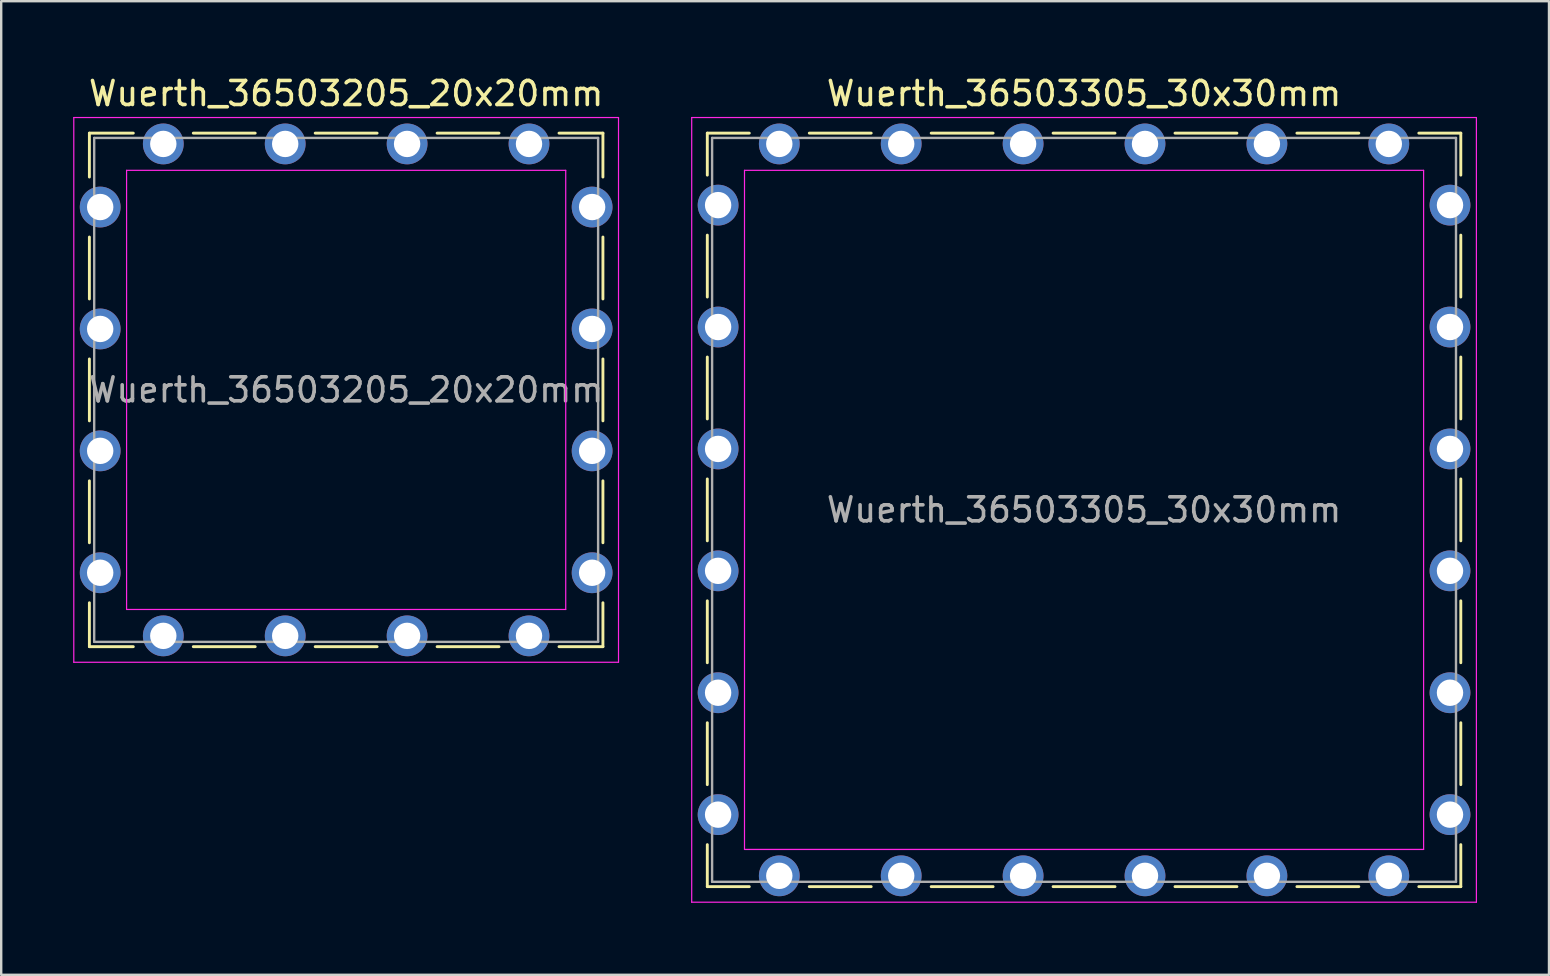
<source format=kicad_pcb>
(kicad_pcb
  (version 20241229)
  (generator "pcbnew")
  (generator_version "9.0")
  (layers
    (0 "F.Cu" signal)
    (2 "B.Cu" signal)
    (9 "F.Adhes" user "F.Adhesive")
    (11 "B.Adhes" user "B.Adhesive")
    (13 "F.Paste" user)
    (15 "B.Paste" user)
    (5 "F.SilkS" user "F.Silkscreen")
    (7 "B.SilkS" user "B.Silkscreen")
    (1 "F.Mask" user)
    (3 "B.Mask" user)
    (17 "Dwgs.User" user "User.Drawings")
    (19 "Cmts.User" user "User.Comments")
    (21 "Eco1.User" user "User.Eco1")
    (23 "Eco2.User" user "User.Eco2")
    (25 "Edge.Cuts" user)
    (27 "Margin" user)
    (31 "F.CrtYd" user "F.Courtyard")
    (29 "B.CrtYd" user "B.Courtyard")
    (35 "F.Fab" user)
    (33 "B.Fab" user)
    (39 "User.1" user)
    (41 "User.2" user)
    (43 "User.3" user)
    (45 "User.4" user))
  (footprint "Wuerth_36503305_30x30mm"
    (layer "F.Cu")
    (at 42.125 18.198)
    (property "Reference" "Wuerth_36503305_30x30mm" (at 0 -17.35 0) (layer "F.SilkS") (effects (font (size 1 1) (thickness 0.15))))
    (attr through_hole)
    (fp_line (start -15.7 -15.7) (end -13.95 -15.7) (stroke (width 0.12) (type solid)) (layer "F.SilkS"))
    (fp_line (start -15.7 -13.95) (end -15.7 -15.7) (stroke (width 0.12) (type solid)) (layer "F.SilkS"))
    (fp_line (start -15.7 -8.87) (end -15.7 -11.45) (stroke (width 0.12) (type solid)) (layer "F.SilkS"))
    (fp_line (start -15.7 -3.79) (end -15.7 -6.37) (stroke (width 0.12) (type solid)) (layer "F.SilkS"))
    (fp_line (start -15.7 -1.29) (end -15.7 1.29) (stroke (width 0.12) (type solid)) (layer "F.SilkS"))
    (fp_line (start -15.7 3.79) (end -15.7 6.37) (stroke (width 0.12) (type solid)) (layer "F.SilkS"))
    (fp_line (start -15.7 8.87) (end -15.7 11.45) (stroke (width 0.12) (type solid)) (layer "F.SilkS"))
    (fp_line (start -15.7 13.95) (end -15.7 15.7) (stroke (width 0.12) (type solid)) (layer "F.SilkS"))
    (fp_line (start -15.7 15.7) (end -13.95 15.7) (stroke (width 0.12) (type solid)) (layer "F.SilkS"))
    (fp_line (start -8.87 -15.7) (end -11.45 -15.7) (stroke (width 0.12) (type solid)) (layer "F.SilkS"))
    (fp_line (start -8.87 15.7) (end -11.45 15.7) (stroke (width 0.12) (type solid)) (layer "F.SilkS"))
    (fp_line (start -3.79 -15.7) (end -6.37 -15.7) (stroke (width 0.12) (type solid)) (layer "F.SilkS"))
    (fp_line (start -3.79 15.7) (end -6.37 15.7) (stroke (width 0.12) (type solid)) (layer "F.SilkS"))
    (fp_line (start 1.29 -15.7) (end -1.29 -15.7) (stroke (width 0.12) (type solid)) (layer "F.SilkS"))
    (fp_line (start 1.29 15.7) (end -1.29 15.7) (stroke (width 0.12) (type solid)) (layer "F.SilkS"))
    (fp_line (start 3.79 -15.7) (end 6.37 -15.7) (stroke (width 0.12) (type solid)) (layer "F.SilkS"))
    (fp_line (start 3.79 15.7) (end 6.37 15.7) (stroke (width 0.12) (type solid)) (layer "F.SilkS"))
    (fp_line (start 8.87 -15.7) (end 11.45 -15.7) (stroke (width 0.12) (type solid)) (layer "F.SilkS"))
    (fp_line (start 8.87 15.7) (end 11.45 15.7) (stroke (width 0.12) (type solid)) (layer "F.SilkS"))
    (fp_line (start 15.7 -15.7) (end 13.95 -15.7) (stroke (width 0.12) (type solid)) (layer "F.SilkS"))
    (fp_line (start 15.7 -13.95) (end 15.7 -15.7) (stroke (width 0.12) (type solid)) (layer "F.SilkS"))
    (fp_line (start 15.7 -8.87) (end 15.7 -11.45) (stroke (width 0.12) (type solid)) (layer "F.SilkS"))
    (fp_line (start 15.7 -3.79) (end 15.7 -6.37) (stroke (width 0.12) (type solid)) (layer "F.SilkS"))
    (fp_line (start 15.7 1.29) (end 15.7 -1.29) (stroke (width 0.12) (type solid)) (layer "F.SilkS"))
    (fp_line (start 15.7 3.79) (end 15.7 6.37) (stroke (width 0.12) (type solid)) (layer "F.SilkS"))
    (fp_line (start 15.7 8.87) (end 15.7 11.45) (stroke (width 0.12) (type solid)) (layer "F.SilkS"))
    (fp_line (start 15.7 13.95) (end 15.7 15.7) (stroke (width 0.12) (type solid)) (layer "F.SilkS"))
    (fp_line (start 15.7 15.7) (end 13.95 15.7) (stroke (width 0.12) (type solid)) (layer "F.SilkS"))
    (fp_line (start -16.35 -16.35) (end -16.35 16.35) (stroke (width 0.05) (type solid)) (layer "F.CrtYd"))
    (fp_line (start -16.35 16.35) (end 16.35 16.35) (stroke (width 0.05) (type solid)) (layer "F.CrtYd"))
    (fp_line (start -14.15 -14.15) (end -14.15 14.15) (stroke (width 0.05) (type solid)) (layer "F.CrtYd"))
    (fp_line (start -14.15 14.15) (end 14.15 14.15) (stroke (width 0.05) (type solid)) (layer "F.CrtYd"))
    (fp_line (start 14.15 -14.15) (end -14.15 -14.15) (stroke (width 0.05) (type solid)) (layer "F.CrtYd"))
    (fp_line (start 14.15 14.15) (end 14.15 -14.15) (stroke (width 0.05) (type solid)) (layer "F.CrtYd"))
    (fp_line (start 16.35 -16.35) (end -16.35 -16.35) (stroke (width 0.05) (type solid)) (layer "F.CrtYd"))
    (fp_line (start 16.35 16.35) (end 16.35 -16.35) (stroke (width 0.05) (type solid)) (layer "F.CrtYd"))
    (fp_line (start -15.5 -15.5) (end -15.5 15.5) (stroke (width 0.1) (type solid)) (layer "F.Fab"))
    (fp_line (start -15.5 15.5) (end 15.5 15.5) (stroke (width 0.1) (type solid)) (layer "F.Fab"))
    (fp_line (start 15.5 -15.5) (end -15.5 -15.5) (stroke (width 0.1) (type solid)) (layer "F.Fab"))
    (fp_line (start 15.5 15.5) (end 15.5 -15.5) (stroke (width 0.1) (type solid)) (layer "F.Fab"))
    (fp_text user "${REFERENCE}" (at 0 0 0) (layer "F.Fab") (effects (font (size 1 1) (thickness 0.15))))
    (pad "1" thru_hole circle (at -15.25 -12.7) (size 1.7 1.7) (drill 1.1) (layers "*.Cu" "*.Mask"))
    (pad "1" thru_hole circle (at -15.25 -7.62) (size 1.7 1.7) (drill 1.1) (layers "*.Cu" "*.Mask"))
    (pad "1" thru_hole circle (at -15.25 -2.54) (size 1.7 1.7) (drill 1.1) (layers "*.Cu" "*.Mask"))
    (pad "1" thru_hole circle (at -15.25 2.54) (size 1.7 1.7) (drill 1.1) (layers "*.Cu" "*.Mask"))
    (pad "1" thru_hole circle (at -15.25 7.62) (size 1.7 1.7) (drill 1.1) (layers "*.Cu" "*.Mask"))
    (pad "1" thru_hole circle (at -15.25 12.7) (size 1.7 1.7) (drill 1.1) (layers "*.Cu" "*.Mask"))
    (pad "1" thru_hole circle (at -12.7 -15.25) (size 1.7 1.7) (drill 1.1) (layers "*.Cu" "*.Mask"))
    (pad "1" thru_hole circle (at -12.7 15.25) (size 1.7 1.7) (drill 1.1) (layers "*.Cu" "*.Mask"))
    (pad "1" thru_hole circle (at -7.62 -15.25) (size 1.7 1.7) (drill 1.1) (layers "*.Cu" "*.Mask"))
    (pad "1" thru_hole circle (at -7.62 15.25) (size 1.7 1.7) (drill 1.1) (layers "*.Cu" "*.Mask"))
    (pad "1" thru_hole circle (at -2.54 -15.25) (size 1.7 1.7) (drill 1.1) (layers "*.Cu" "*.Mask"))
    (pad "1" thru_hole circle (at -2.54 15.25) (size 1.7 1.7) (drill 1.1) (layers "*.Cu" "*.Mask"))
    (pad "1" thru_hole circle (at 2.54 -15.25) (size 1.7 1.7) (drill 1.1) (layers "*.Cu" "*.Mask"))
    (pad "1" thru_hole circle (at 2.54 15.25) (size 1.7 1.7) (drill 1.1) (layers "*.Cu" "*.Mask"))
    (pad "1" thru_hole circle (at 7.62 -15.25) (size 1.7 1.7) (drill 1.1) (layers "*.Cu" "*.Mask"))
    (pad "1" thru_hole circle (at 7.62 15.25) (size 1.7 1.7) (drill 1.1) (layers "*.Cu" "*.Mask"))
    (pad "1" thru_hole circle (at 12.7 -15.25) (size 1.7 1.7) (drill 1.1) (layers "*.Cu" "*.Mask"))
    (pad "1" thru_hole circle (at 12.7 15.25) (size 1.7 1.7) (drill 1.1) (layers "*.Cu" "*.Mask"))
    (pad "1" thru_hole circle (at 15.25 -12.7) (size 1.7 1.7) (drill 1.1) (layers "*.Cu" "*.Mask"))
    (pad "1" thru_hole circle (at 15.25 -7.62) (size 1.7 1.7) (drill 1.1) (layers "*.Cu" "*.Mask"))
    (pad "1" thru_hole circle (at 15.25 -2.54) (size 1.7 1.7) (drill 1.1) (layers "*.Cu" "*.Mask"))
    (pad "1" thru_hole circle (at 15.25 2.54) (size 1.7 1.7) (drill 1.1) (layers "*.Cu" "*.Mask"))
    (pad "1" thru_hole circle (at 15.25 7.62) (size 1.7 1.7) (drill 1.1) (layers "*.Cu" "*.Mask"))
    (pad "1" thru_hole circle (at 15.25 12.7) (size 1.7 1.7) (drill 1.1) (layers "*.Cu" "*.Mask")))
  (footprint "Wuerth_36503205_20x20mm"
    (layer "F.Cu")
    (at 11.375 13.198)
    (property "Reference" "Wuerth_36503205_20x20mm" (at 0 -12.35 0) (layer "F.SilkS") (effects (font (size 1 1) (thickness 0.15))))
    (attr through_hole)
    (fp_line (start -10.7 -10.7) (end -8.87 -10.7) (stroke (width 0.12) (type solid)) (layer "F.SilkS"))
    (fp_line (start -10.7 -8.87) (end -10.7 -10.7) (stroke (width 0.12) (type solid)) (layer "F.SilkS"))
    (fp_line (start -10.7 -3.79) (end -10.7 -6.37) (stroke (width 0.12) (type solid)) (layer "F.SilkS"))
    (fp_line (start -10.7 -1.29) (end -10.7 1.29) (stroke (width 0.12) (type solid)) (layer "F.SilkS"))
    (fp_line (start -10.7 3.79) (end -10.7 6.37) (stroke (width 0.12) (type solid)) (layer "F.SilkS"))
    (fp_line (start -10.7 8.87) (end -10.7 10.7) (stroke (width 0.12) (type solid)) (layer "F.SilkS"))
    (fp_line (start -10.7 10.7) (end -8.87 10.7) (stroke (width 0.12) (type solid)) (layer "F.SilkS"))
    (fp_line (start -3.79 -10.7) (end -6.37 -10.7) (stroke (width 0.12) (type solid)) (layer "F.SilkS"))
    (fp_line (start -3.79 10.7) (end -6.37 10.7) (stroke (width 0.12) (type solid)) (layer "F.SilkS"))
    (fp_line (start 1.29 -10.7) (end -1.29 -10.7) (stroke (width 0.12) (type solid)) (layer "F.SilkS"))
    (fp_line (start 1.29 10.7) (end -1.29 10.7) (stroke (width 0.12) (type solid)) (layer "F.SilkS"))
    (fp_line (start 3.79 -10.7) (end 6.37 -10.7) (stroke (width 0.12) (type solid)) (layer "F.SilkS"))
    (fp_line (start 3.79 10.7) (end 6.37 10.7) (stroke (width 0.12) (type solid)) (layer "F.SilkS"))
    (fp_line (start 10.7 -10.7) (end 8.87 -10.7) (stroke (width 0.12) (type solid)) (layer "F.SilkS"))
    (fp_line (start 10.7 -8.87) (end 10.7 -10.7) (stroke (width 0.12) (type solid)) (layer "F.SilkS"))
    (fp_line (start 10.7 -3.79) (end 10.7 -6.37) (stroke (width 0.12) (type solid)) (layer "F.SilkS"))
    (fp_line (start 10.7 1.29) (end 10.7 -1.29) (stroke (width 0.12) (type solid)) (layer "F.SilkS"))
    (fp_line (start 10.7 3.79) (end 10.7 6.37) (stroke (width 0.12) (type solid)) (layer "F.SilkS"))
    (fp_line (start 10.7 8.87) (end 10.7 10.7) (stroke (width 0.12) (type solid)) (layer "F.SilkS"))
    (fp_line (start 10.7 10.7) (end 8.87 10.7) (stroke (width 0.12) (type solid)) (layer "F.SilkS"))
    (fp_line (start -11.35 -11.35) (end -11.35 11.35) (stroke (width 0.05) (type solid)) (layer "F.CrtYd"))
    (fp_line (start -11.35 11.35) (end 11.35 11.35) (stroke (width 0.05) (type solid)) (layer "F.CrtYd"))
    (fp_line (start -9.15 -9.15) (end -9.15 9.15) (stroke (width 0.05) (type solid)) (layer "F.CrtYd"))
    (fp_line (start -9.15 9.15) (end 9.15 9.15) (stroke (width 0.05) (type solid)) (layer "F.CrtYd"))
    (fp_line (start 9.15 -9.15) (end -9.15 -9.15) (stroke (width 0.05) (type solid)) (layer "F.CrtYd"))
    (fp_line (start 9.15 9.15) (end 9.15 -9.15) (stroke (width 0.05) (type solid)) (layer "F.CrtYd"))
    (fp_line (start 11.35 -11.35) (end -11.35 -11.35) (stroke (width 0.05) (type solid)) (layer "F.CrtYd"))
    (fp_line (start 11.35 11.35) (end 11.35 -11.35) (stroke (width 0.05) (type solid)) (layer "F.CrtYd"))
    (fp_line (start -10.5 -10.5) (end -10.5 10.5) (stroke (width 0.1) (type solid)) (layer "F.Fab"))
    (fp_line (start -10.5 10.5) (end 10.5 10.5) (stroke (width 0.1) (type solid)) (layer "F.Fab"))
    (fp_line (start 10.5 -10.5) (end -10.5 -10.5) (stroke (width 0.1) (type solid)) (layer "F.Fab"))
    (fp_line (start 10.5 10.5) (end 10.5 -10.5) (stroke (width 0.1) (type solid)) (layer "F.Fab"))
    (fp_text user "${REFERENCE}" (at 0 0 0) (layer "F.Fab") (effects (font (size 1 1) (thickness 0.15))))
    (pad "1" thru_hole circle (at -10.25 -7.62) (size 1.7 1.7) (drill 1.1) (layers "*.Cu" "*.Mask"))
    (pad "1" thru_hole circle (at -10.25 -2.54) (size 1.7 1.7) (drill 1.1) (layers "*.Cu" "*.Mask"))
    (pad "1" thru_hole circle (at -10.25 2.54) (size 1.7 1.7) (drill 1.1) (layers "*.Cu" "*.Mask"))
    (pad "1" thru_hole circle (at -10.25 7.62) (size 1.7 1.7) (drill 1.1) (layers "*.Cu" "*.Mask"))
    (pad "1" thru_hole circle (at -7.62 -10.25) (size 1.7 1.7) (drill 1.1) (layers "*.Cu" "*.Mask"))
    (pad "1" thru_hole circle (at -7.62 10.25) (size 1.7 1.7) (drill 1.1) (layers "*.Cu" "*.Mask"))
    (pad "1" thru_hole circle (at -2.54 -10.25) (size 1.7 1.7) (drill 1.1) (layers "*.Cu" "*.Mask"))
    (pad "1" thru_hole circle (at -2.54 10.25) (size 1.7 1.7) (drill 1.1) (layers "*.Cu" "*.Mask"))
    (pad "1" thru_hole circle (at 2.54 -10.25) (size 1.7 1.7) (drill 1.1) (layers "*.Cu" "*.Mask"))
    (pad "1" thru_hole circle (at 2.54 10.25) (size 1.7 1.7) (drill 1.1) (layers "*.Cu" "*.Mask"))
    (pad "1" thru_hole circle (at 7.62 -10.25) (size 1.7 1.7) (drill 1.1) (layers "*.Cu" "*.Mask"))
    (pad "1" thru_hole circle (at 7.62 10.25) (size 1.7 1.7) (drill 1.1) (layers "*.Cu" "*.Mask"))
    (pad "1" thru_hole circle (at 10.25 -7.62) (size 1.7 1.7) (drill 1.1) (layers "*.Cu" "*.Mask"))
    (pad "1" thru_hole circle (at 10.25 -2.54) (size 1.7 1.7) (drill 1.1) (layers "*.Cu" "*.Mask"))
    (pad "1" thru_hole circle (at 10.25 2.54) (size 1.7 1.7) (drill 1.1) (layers "*.Cu" "*.Mask"))
    (pad "1" thru_hole circle (at 10.25 7.62) (size 1.7 1.7) (drill 1.1) (layers "*.Cu" "*.Mask")))
  (gr_rect
    (start -3 -3)
    (end 61.5 37.573)
    (stroke (width 0.1) (type default))
    (fill no)
    (layer "Edge.Cuts")))
</source>
